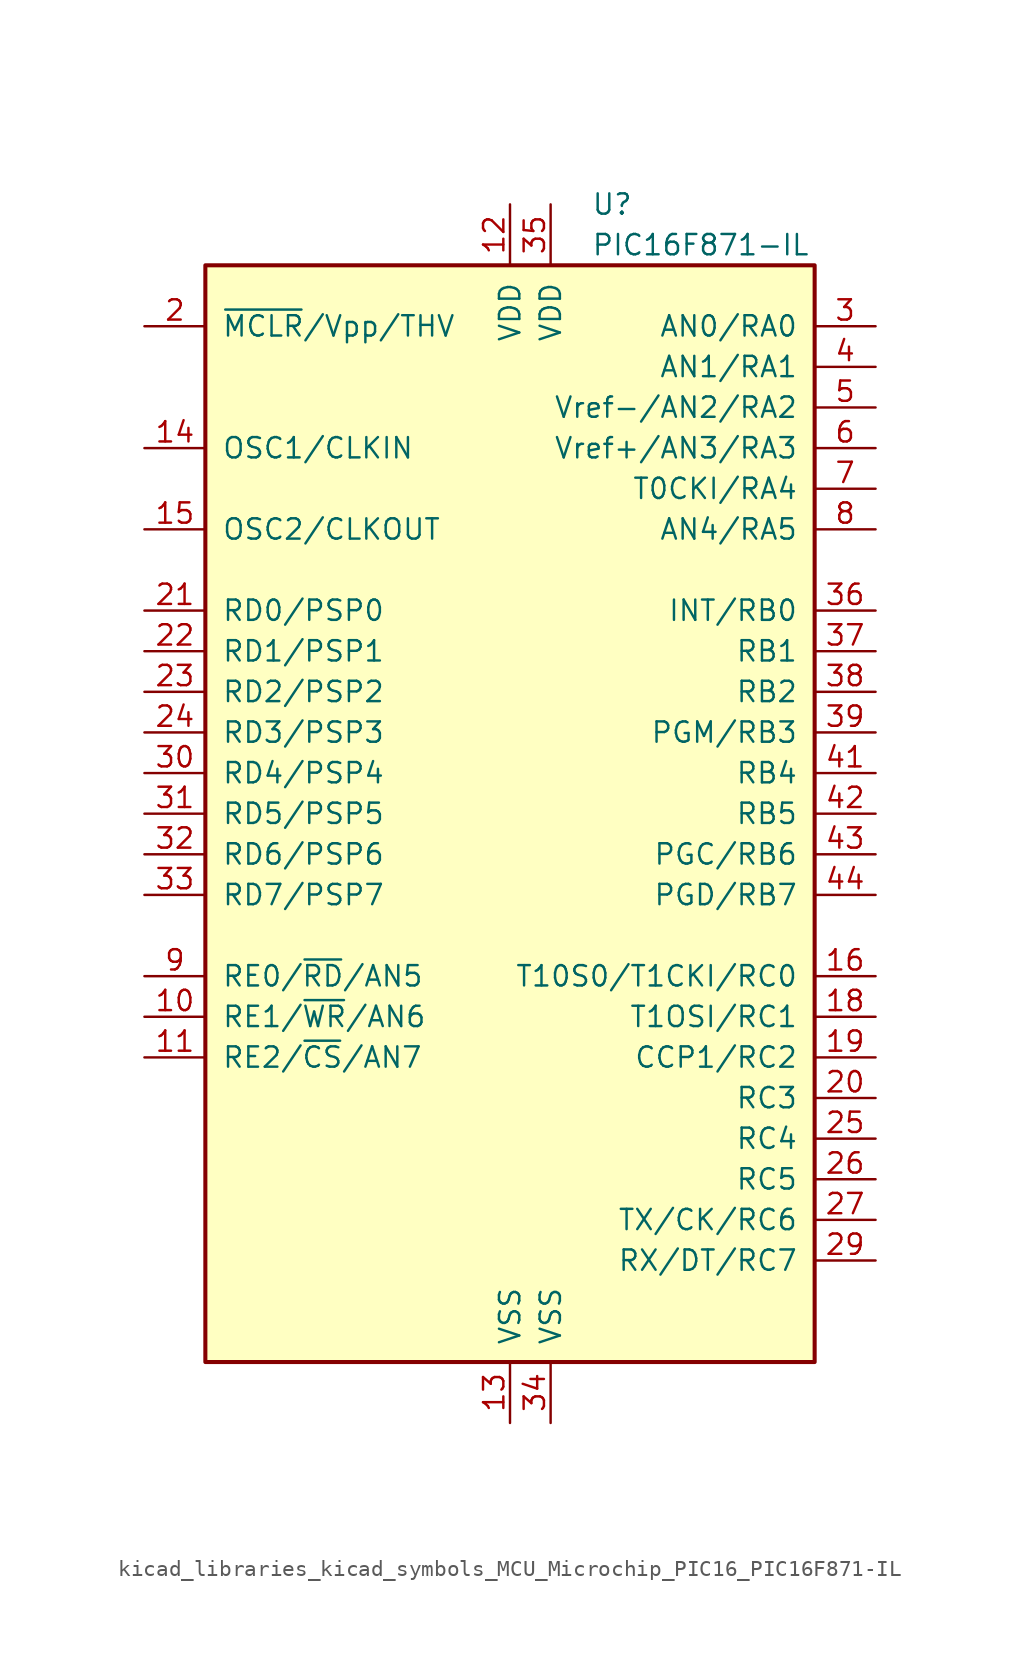
<source format=kicad_sym>
(kicad_symbol_lib
  (version 20220914)
  (generator kicad_symbol_editor)
  (symbol "kicad_libraries_kicad_symbols_MCU_Microchip_PIC16_PIC16F871-IL"
    (pin_names
      (offset 1.016))
    (property "Reference" "U"
      (at 5.08 38.1 0)
      (effects (font (size 1.27 1.27)) (justify left)))
    (property "Value" "PIC16F871-IL"
      (at 5.08 35.56 0)
      (effects (font (size 1.27 1.27)) (justify left)))
    (symbol "kicad_libraries_kicad_symbols_MCU_Microchip_PIC16_PIC16F871-IL_0_1"
      (rectangle (start -19.05 -34.29) (end 19.05 34.29) (stroke (width 0.254) (type default)) (fill (type background))))
    (symbol "kicad_libraries_kicad_symbols_MCU_Microchip_PIC16_PIC16F871-IL_1_1"
      (pin bidirectional line (at -22.86 -12.7 0) (length 3.81) (name "RE1/~{WR}/AN6" (effects (font (size 1.27 1.27)))) (number "10" (effects (font (size 1.27 1.27)))))
      (pin bidirectional line (at -22.86 -15.24 0) (length 3.81) (name "RE2/~{CS}/AN7" (effects (font (size 1.27 1.27)))) (number "11" (effects (font (size 1.27 1.27)))))
      (pin power_in line (at 0 38.1 270) (length 3.81) (name "VDD" (effects (font (size 1.27 1.27)))) (number "12" (effects (font (size 1.27 1.27)))))
      (pin power_in line (at 0 -38.1 90) (length 3.81) (name "VSS" (effects (font (size 1.27 1.27)))) (number "13" (effects (font (size 1.27 1.27)))))
      (pin input line (at -22.86 22.86 0) (length 3.81) (name "OSC1/CLKIN" (effects (font (size 1.27 1.27)))) (number "14" (effects (font (size 1.27 1.27)))))
      (pin output line (at -22.86 17.78 0) (length 3.81) (name "OSC2/CLKOUT" (effects (font (size 1.27 1.27)))) (number "15" (effects (font (size 1.27 1.27)))))
      (pin bidirectional line (at 22.86 -10.16 180) (length 3.81) (name "T10S0/T1CKI/RC0" (effects (font (size 1.27 1.27)))) (number "16" (effects (font (size 1.27 1.27)))))
      (pin bidirectional line (at 22.86 -12.7 180) (length 3.81) (name "T1OSI/RC1" (effects (font (size 1.27 1.27)))) (number "18" (effects (font (size 1.27 1.27)))))
      (pin bidirectional line (at 22.86 -15.24 180) (length 3.81) (name "CCP1/RC2" (effects (font (size 1.27 1.27)))) (number "19" (effects (font (size 1.27 1.27)))))
      (pin input line (at -22.86 30.48 0) (length 3.81) (name "~{MCLR}/Vpp/THV" (effects (font (size 1.27 1.27)))) (number "2" (effects (font (size 1.27 1.27)))))
      (pin bidirectional line (at 22.86 -17.78 180) (length 3.81) (name "RC3" (effects (font (size 1.27 1.27)))) (number "20" (effects (font (size 1.27 1.27)))))
      (pin bidirectional line (at -22.86 12.7 0) (length 3.81) (name "RD0/PSP0" (effects (font (size 1.27 1.27)))) (number "21" (effects (font (size 1.27 1.27)))))
      (pin bidirectional line (at -22.86 10.16 0) (length 3.81) (name "RD1/PSP1" (effects (font (size 1.27 1.27)))) (number "22" (effects (font (size 1.27 1.27)))))
      (pin bidirectional line (at -22.86 7.62 0) (length 3.81) (name "RD2/PSP2" (effects (font (size 1.27 1.27)))) (number "23" (effects (font (size 1.27 1.27)))))
      (pin bidirectional line (at -22.86 5.08 0) (length 3.81) (name "RD3/PSP3" (effects (font (size 1.27 1.27)))) (number "24" (effects (font (size 1.27 1.27)))))
      (pin bidirectional line (at 22.86 -20.32 180) (length 3.81) (name "RC4" (effects (font (size 1.27 1.27)))) (number "25" (effects (font (size 1.27 1.27)))))
      (pin bidirectional line (at 22.86 -22.86 180) (length 3.81) (name "RC5" (effects (font (size 1.27 1.27)))) (number "26" (effects (font (size 1.27 1.27)))))
      (pin bidirectional line (at 22.86 -25.4 180) (length 3.81) (name "TX/CK/RC6" (effects (font (size 1.27 1.27)))) (number "27" (effects (font (size 1.27 1.27)))))
      (pin bidirectional line (at 22.86 -27.94 180) (length 3.81) (name "RX/DT/RC7" (effects (font (size 1.27 1.27)))) (number "29" (effects (font (size 1.27 1.27)))))
      (pin bidirectional line (at 22.86 30.48 180) (length 3.81) (name "AN0/RA0" (effects (font (size 1.27 1.27)))) (number "3" (effects (font (size 1.27 1.27)))))
      (pin bidirectional line (at -22.86 2.54 0) (length 3.81) (name "RD4/PSP4" (effects (font (size 1.27 1.27)))) (number "30" (effects (font (size 1.27 1.27)))))
      (pin bidirectional line (at -22.86 0 0) (length 3.81) (name "RD5/PSP5" (effects (font (size 1.27 1.27)))) (number "31" (effects (font (size 1.27 1.27)))))
      (pin bidirectional line (at -22.86 -2.54 0) (length 3.81) (name "RD6/PSP6" (effects (font (size 1.27 1.27)))) (number "32" (effects (font (size 1.27 1.27)))))
      (pin bidirectional line (at -22.86 -5.08 0) (length 3.81) (name "RD7/PSP7" (effects (font (size 1.27 1.27)))) (number "33" (effects (font (size 1.27 1.27)))))
      (pin power_in line (at 2.54 -38.1 90) (length 3.81) (name "VSS" (effects (font (size 1.27 1.27)))) (number "34" (effects (font (size 1.27 1.27)))))
      (pin power_in line (at 2.54 38.1 270) (length 3.81) (name "VDD" (effects (font (size 1.27 1.27)))) (number "35" (effects (font (size 1.27 1.27)))))
      (pin bidirectional line (at 22.86 12.7 180) (length 3.81) (name "INT/RB0" (effects (font (size 1.27 1.27)))) (number "36" (effects (font (size 1.27 1.27)))))
      (pin bidirectional line (at 22.86 10.16 180) (length 3.81) (name "RB1" (effects (font (size 1.27 1.27)))) (number "37" (effects (font (size 1.27 1.27)))))
      (pin bidirectional line (at 22.86 7.62 180) (length 3.81) (name "RB2" (effects (font (size 1.27 1.27)))) (number "38" (effects (font (size 1.27 1.27)))))
      (pin bidirectional line (at 22.86 5.08 180) (length 3.81) (name "PGM/RB3" (effects (font (size 1.27 1.27)))) (number "39" (effects (font (size 1.27 1.27)))))
      (pin bidirectional line (at 22.86 27.94 180) (length 3.81) (name "AN1/RA1" (effects (font (size 1.27 1.27)))) (number "4" (effects (font (size 1.27 1.27)))))
      (pin bidirectional line (at 22.86 2.54 180) (length 3.81) (name "RB4" (effects (font (size 1.27 1.27)))) (number "41" (effects (font (size 1.27 1.27)))))
      (pin bidirectional line (at 22.86 0 180) (length 3.81) (name "RB5" (effects (font (size 1.27 1.27)))) (number "42" (effects (font (size 1.27 1.27)))))
      (pin bidirectional line (at 22.86 -2.54 180) (length 3.81) (name "PGC/RB6" (effects (font (size 1.27 1.27)))) (number "43" (effects (font (size 1.27 1.27)))))
      (pin bidirectional line (at 22.86 -5.08 180) (length 3.81) (name "PGD/RB7" (effects (font (size 1.27 1.27)))) (number "44" (effects (font (size 1.27 1.27)))))
      (pin bidirectional line (at 22.86 25.4 180) (length 3.81) (name "Vref-/AN2/RA2" (effects (font (size 1.27 1.27)))) (number "5" (effects (font (size 1.27 1.27)))))
      (pin bidirectional line (at 22.86 22.86 180) (length 3.81) (name "Vref+/AN3/RA3" (effects (font (size 1.27 1.27)))) (number "6" (effects (font (size 1.27 1.27)))))
      (pin bidirectional line (at 22.86 20.32 180) (length 3.81) (name "T0CKI/RA4" (effects (font (size 1.27 1.27)))) (number "7" (effects (font (size 1.27 1.27)))))
      (pin bidirectional line (at 22.86 17.78 180) (length 3.81) (name "AN4/RA5" (effects (font (size 1.27 1.27)))) (number "8" (effects (font (size 1.27 1.27)))))
      (pin bidirectional line (at -22.86 -10.16 0) (length 3.81) (name "RE0/~{RD}/AN5" (effects (font (size 1.27 1.27)))) (number "9" (effects (font (size 1.27 1.27))))))))
</source>
